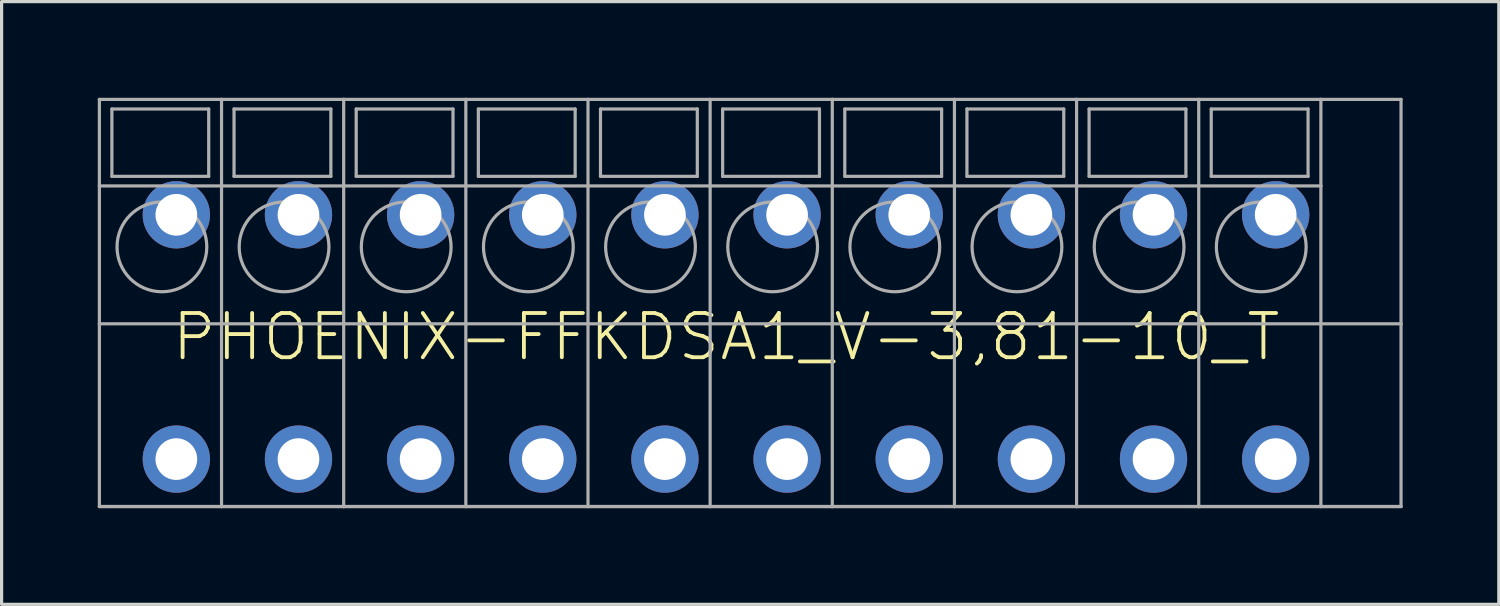
<source format=kicad_pcb>
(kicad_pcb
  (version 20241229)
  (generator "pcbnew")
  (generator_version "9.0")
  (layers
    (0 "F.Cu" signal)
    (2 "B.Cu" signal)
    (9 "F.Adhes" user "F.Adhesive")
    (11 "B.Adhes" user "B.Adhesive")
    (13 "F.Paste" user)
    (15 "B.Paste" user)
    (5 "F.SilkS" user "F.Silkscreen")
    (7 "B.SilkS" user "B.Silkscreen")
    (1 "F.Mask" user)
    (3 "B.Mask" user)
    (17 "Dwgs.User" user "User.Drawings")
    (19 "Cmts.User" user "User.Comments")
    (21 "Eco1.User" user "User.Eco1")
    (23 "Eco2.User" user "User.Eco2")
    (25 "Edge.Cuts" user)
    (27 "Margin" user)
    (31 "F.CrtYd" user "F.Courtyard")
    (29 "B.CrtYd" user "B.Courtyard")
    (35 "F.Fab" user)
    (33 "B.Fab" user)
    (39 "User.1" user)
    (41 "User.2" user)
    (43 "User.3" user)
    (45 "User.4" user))
  (footprint "PHOENIX-FFKDSA1_V-3,81-10_T"
    (layer "F.Cu")
    (at 19.6 7.46)
    (property "Reference" "PHOENIX-FFKDSA1_V-3,81-10_T" (at 0 0 0) (unlocked yes) (layer "F.SilkS") (effects (font (size 1.38 1.38) (thickness 0.12))))
    (fp_line (start -19.55 -7.41) (end -19.55 -4.71) (stroke (width 0.1) (type solid)) (layer "F.Fab"))
    (fp_line (start -19.55 -7.41) (end -15.74 -7.41) (stroke (width 0.1) (type solid)) (layer "F.Fab"))
    (fp_line (start -19.55 -4.71) (end -19.55 -0.41) (stroke (width 0.1) (type solid)) (layer "F.Fab"))
    (fp_line (start -19.55 -0.41) (end -19.55 5.29) (stroke (width 0.1) (type solid)) (layer "F.Fab"))
    (fp_line (start -19.55 5.29) (end -15.74 5.29) (stroke (width 0.1) (type solid)) (layer "F.Fab"))
    (fp_line (start -19.55 5.29) (end -15.74 5.29) (stroke (width 0.1) (type solid)) (layer "F.Fab"))
    (fp_line (start -19.16 -7.11) (end -16.14 -7.11) (stroke (width 0.1) (type solid)) (layer "F.Fab"))
    (fp_line (start -19.16 -5.01) (end -19.16 -7.11) (stroke (width 0.1) (type solid)) (layer "F.Fab"))
    (fp_line (start -16.14 -7.11) (end -16.14 -5.01) (stroke (width 0.1) (type solid)) (layer "F.Fab"))
    (fp_line (start -16.14 -5.01) (end -19.16 -5.01) (stroke (width 0.1) (type solid)) (layer "F.Fab"))
    (fp_line (start -15.74 -7.41) (end -15.74 -4.71) (stroke (width 0.1) (type solid)) (layer "F.Fab"))
    (fp_line (start -15.74 -7.41) (end -11.93 -7.41) (stroke (width 0.1) (type solid)) (layer "F.Fab"))
    (fp_line (start -15.74 -4.71) (end -19.55 -4.71) (stroke (width 0.1) (type solid)) (layer "F.Fab"))
    (fp_line (start -15.74 -4.71) (end -15.74 -0.41) (stroke (width 0.1) (type solid)) (layer "F.Fab"))
    (fp_line (start -15.74 -0.41) (end -19.55 -0.41) (stroke (width 0.1) (type solid)) (layer "F.Fab"))
    (fp_line (start -15.74 -0.41) (end -15.74 5.29) (stroke (width 0.1) (type solid)) (layer "F.Fab"))
    (fp_line (start -15.74 5.29) (end -11.93 5.29) (stroke (width 0.1) (type solid)) (layer "F.Fab"))
    (fp_line (start -15.74 5.29) (end -11.93 5.29) (stroke (width 0.1) (type solid)) (layer "F.Fab"))
    (fp_line (start -15.35 -7.11) (end -12.33 -7.11) (stroke (width 0.1) (type solid)) (layer "F.Fab"))
    (fp_line (start -15.35 -5.01) (end -15.35 -7.11) (stroke (width 0.1) (type solid)) (layer "F.Fab"))
    (fp_line (start -12.33 -7.11) (end -12.33 -5.01) (stroke (width 0.1) (type solid)) (layer "F.Fab"))
    (fp_line (start -12.33 -5.01) (end -15.35 -5.01) (stroke (width 0.1) (type solid)) (layer "F.Fab"))
    (fp_line (start -11.93 -7.41) (end -11.93 -4.71) (stroke (width 0.1) (type solid)) (layer "F.Fab"))
    (fp_line (start -11.93 -7.41) (end -8.12 -7.41) (stroke (width 0.1) (type solid)) (layer "F.Fab"))
    (fp_line (start -11.93 -4.71) (end -15.74 -4.71) (stroke (width 0.1) (type solid)) (layer "F.Fab"))
    (fp_line (start -11.93 -4.71) (end -11.93 -0.41) (stroke (width 0.1) (type solid)) (layer "F.Fab"))
    (fp_line (start -11.93 -0.41) (end -15.74 -0.41) (stroke (width 0.1) (type solid)) (layer "F.Fab"))
    (fp_line (start -11.93 -0.41) (end -11.93 5.29) (stroke (width 0.1) (type solid)) (layer "F.Fab"))
    (fp_line (start -11.93 5.29) (end -8.12 5.29) (stroke (width 0.1) (type solid)) (layer "F.Fab"))
    (fp_line (start -11.93 5.29) (end -8.12 5.29) (stroke (width 0.1) (type solid)) (layer "F.Fab"))
    (fp_line (start -11.54 -7.11) (end -8.52 -7.11) (stroke (width 0.1) (type solid)) (layer "F.Fab"))
    (fp_line (start -11.54 -5.01) (end -11.54 -7.11) (stroke (width 0.1) (type solid)) (layer "F.Fab"))
    (fp_line (start -8.52 -7.11) (end -8.52 -5.01) (stroke (width 0.1) (type solid)) (layer "F.Fab"))
    (fp_line (start -8.52 -5.01) (end -11.54 -5.01) (stroke (width 0.1) (type solid)) (layer "F.Fab"))
    (fp_line (start -8.12 -7.41) (end -8.12 -4.71) (stroke (width 0.1) (type solid)) (layer "F.Fab"))
    (fp_line (start -8.12 -7.41) (end -4.31 -7.41) (stroke (width 0.1) (type solid)) (layer "F.Fab"))
    (fp_line (start -8.12 -4.71) (end -11.93 -4.71) (stroke (width 0.1) (type solid)) (layer "F.Fab"))
    (fp_line (start -8.12 -4.71) (end -8.12 -0.41) (stroke (width 0.1) (type solid)) (layer "F.Fab"))
    (fp_line (start -8.12 -0.41) (end -11.93 -0.41) (stroke (width 0.1) (type solid)) (layer "F.Fab"))
    (fp_line (start -8.12 -0.41) (end -8.12 5.29) (stroke (width 0.1) (type solid)) (layer "F.Fab"))
    (fp_line (start -8.12 5.29) (end -4.31 5.29) (stroke (width 0.1) (type solid)) (layer "F.Fab"))
    (fp_line (start -8.12 5.29) (end -4.31 5.29) (stroke (width 0.1) (type solid)) (layer "F.Fab"))
    (fp_line (start -7.73 -7.11) (end -4.71 -7.11) (stroke (width 0.1) (type solid)) (layer "F.Fab"))
    (fp_line (start -7.73 -5.01) (end -7.73 -7.11) (stroke (width 0.1) (type solid)) (layer "F.Fab"))
    (fp_line (start -4.71 -7.11) (end -4.71 -5.01) (stroke (width 0.1) (type solid)) (layer "F.Fab"))
    (fp_line (start -4.71 -5.01) (end -7.73 -5.01) (stroke (width 0.1) (type solid)) (layer "F.Fab"))
    (fp_line (start -4.31 -7.41) (end -4.31 -4.71) (stroke (width 0.1) (type solid)) (layer "F.Fab"))
    (fp_line (start -4.31 -7.41) (end -0.5 -7.41) (stroke (width 0.1) (type solid)) (layer "F.Fab"))
    (fp_line (start -4.31 -4.71) (end -8.12 -4.71) (stroke (width 0.1) (type solid)) (layer "F.Fab"))
    (fp_line (start -4.31 -4.71) (end -4.31 -0.41) (stroke (width 0.1) (type solid)) (layer "F.Fab"))
    (fp_line (start -4.31 -0.41) (end -8.12 -0.41) (stroke (width 0.1) (type solid)) (layer "F.Fab"))
    (fp_line (start -4.31 -0.41) (end -4.31 5.29) (stroke (width 0.1) (type solid)) (layer "F.Fab"))
    (fp_line (start -4.31 5.29) (end -0.5 5.29) (stroke (width 0.1) (type solid)) (layer "F.Fab"))
    (fp_line (start -4.31 5.29) (end -0.5 5.29) (stroke (width 0.1) (type solid)) (layer "F.Fab"))
    (fp_line (start -3.92 -7.11) (end -0.9 -7.11) (stroke (width 0.1) (type solid)) (layer "F.Fab"))
    (fp_line (start -3.92 -5.01) (end -3.92 -7.11) (stroke (width 0.1) (type solid)) (layer "F.Fab"))
    (fp_line (start -0.9 -7.11) (end -0.9 -5.01) (stroke (width 0.1) (type solid)) (layer "F.Fab"))
    (fp_line (start -0.9 -5.01) (end -3.92 -5.01) (stroke (width 0.1) (type solid)) (layer "F.Fab"))
    (fp_line (start -0.5 -7.41) (end -0.5 -4.71) (stroke (width 0.1) (type solid)) (layer "F.Fab"))
    (fp_line (start -0.5 -7.41) (end 3.31 -7.41) (stroke (width 0.1) (type solid)) (layer "F.Fab"))
    (fp_line (start -0.5 -4.71) (end -4.31 -4.71) (stroke (width 0.1) (type solid)) (layer "F.Fab"))
    (fp_line (start -0.5 -4.71) (end -0.5 -0.41) (stroke (width 0.1) (type solid)) (layer "F.Fab"))
    (fp_line (start -0.5 -0.41) (end -4.31 -0.41) (stroke (width 0.1) (type solid)) (layer "F.Fab"))
    (fp_line (start -0.5 -0.41) (end -0.5 5.29) (stroke (width 0.1) (type solid)) (layer "F.Fab"))
    (fp_line (start -0.5 5.29) (end 3.31 5.29) (stroke (width 0.1) (type solid)) (layer "F.Fab"))
    (fp_line (start -0.5 5.29) (end 3.31 5.29) (stroke (width 0.1) (type solid)) (layer "F.Fab"))
    (fp_line (start -0.11 -7.11) (end 2.91 -7.11) (stroke (width 0.1) (type solid)) (layer "F.Fab"))
    (fp_line (start -0.11 -5.01) (end -0.11 -7.11) (stroke (width 0.1) (type solid)) (layer "F.Fab"))
    (fp_line (start 2.91 -7.11) (end 2.91 -5.01) (stroke (width 0.1) (type solid)) (layer "F.Fab"))
    (fp_line (start 2.91 -5.01) (end -0.11 -5.01) (stroke (width 0.1) (type solid)) (layer "F.Fab"))
    (fp_line (start 3.31 -7.41) (end 3.31 -4.71) (stroke (width 0.1) (type solid)) (layer "F.Fab"))
    (fp_line (start 3.31 -7.41) (end 7.12 -7.41) (stroke (width 0.1) (type solid)) (layer "F.Fab"))
    (fp_line (start 3.31 -4.71) (end -0.5 -4.71) (stroke (width 0.1) (type solid)) (layer "F.Fab"))
    (fp_line (start 3.31 -4.71) (end 3.31 -0.41) (stroke (width 0.1) (type solid)) (layer "F.Fab"))
    (fp_line (start 3.31 -0.41) (end -0.5 -0.41) (stroke (width 0.1) (type solid)) (layer "F.Fab"))
    (fp_line (start 3.31 -0.41) (end 3.31 5.29) (stroke (width 0.1) (type solid)) (layer "F.Fab"))
    (fp_line (start 3.31 5.29) (end 7.12 5.29) (stroke (width 0.1) (type solid)) (layer "F.Fab"))
    (fp_line (start 3.31 5.29) (end 7.12 5.29) (stroke (width 0.1) (type solid)) (layer "F.Fab"))
    (fp_line (start 3.7 -7.11) (end 6.72 -7.11) (stroke (width 0.1) (type solid)) (layer "F.Fab"))
    (fp_line (start 3.7 -5.01) (end 3.7 -7.11) (stroke (width 0.1) (type solid)) (layer "F.Fab"))
    (fp_line (start 6.72 -7.11) (end 6.72 -5.01) (stroke (width 0.1) (type solid)) (layer "F.Fab"))
    (fp_line (start 6.72 -5.01) (end 3.7 -5.01) (stroke (width 0.1) (type solid)) (layer "F.Fab"))
    (fp_line (start 7.12 -7.41) (end 7.12 -4.71) (stroke (width 0.1) (type solid)) (layer "F.Fab"))
    (fp_line (start 7.12 -7.41) (end 10.93 -7.41) (stroke (width 0.1) (type solid)) (layer "F.Fab"))
    (fp_line (start 7.12 -4.71) (end 3.31 -4.71) (stroke (width 0.1) (type solid)) (layer "F.Fab"))
    (fp_line (start 7.12 -4.71) (end 7.12 -0.41) (stroke (width 0.1) (type solid)) (layer "F.Fab"))
    (fp_line (start 7.12 -0.41) (end 3.31 -0.41) (stroke (width 0.1) (type solid)) (layer "F.Fab"))
    (fp_line (start 7.12 -0.41) (end 7.12 5.29) (stroke (width 0.1) (type solid)) (layer "F.Fab"))
    (fp_line (start 7.12 5.29) (end 10.93 5.29) (stroke (width 0.1) (type solid)) (layer "F.Fab"))
    (fp_line (start 7.12 5.29) (end 10.93 5.29) (stroke (width 0.1) (type solid)) (layer "F.Fab"))
    (fp_line (start 7.51 -7.11) (end 10.53 -7.11) (stroke (width 0.1) (type solid)) (layer "F.Fab"))
    (fp_line (start 7.51 -5.01) (end 7.51 -7.11) (stroke (width 0.1) (type solid)) (layer "F.Fab"))
    (fp_line (start 10.53 -7.11) (end 10.53 -5.01) (stroke (width 0.1) (type solid)) (layer "F.Fab"))
    (fp_line (start 10.53 -5.01) (end 7.51 -5.01) (stroke (width 0.1) (type solid)) (layer "F.Fab"))
    (fp_line (start 10.93 -7.41) (end 10.93 -4.71) (stroke (width 0.1) (type solid)) (layer "F.Fab"))
    (fp_line (start 10.93 -7.41) (end 14.74 -7.41) (stroke (width 0.1) (type solid)) (layer "F.Fab"))
    (fp_line (start 10.93 -4.71) (end 7.12 -4.71) (stroke (width 0.1) (type solid)) (layer "F.Fab"))
    (fp_line (start 10.93 -4.71) (end 10.93 -0.41) (stroke (width 0.1) (type solid)) (layer "F.Fab"))
    (fp_line (start 10.93 -0.41) (end 7.12 -0.41) (stroke (width 0.1) (type solid)) (layer "F.Fab"))
    (fp_line (start 10.93 -0.41) (end 10.93 5.29) (stroke (width 0.1) (type solid)) (layer "F.Fab"))
    (fp_line (start 10.93 5.29) (end 14.74 5.29) (stroke (width 0.1) (type solid)) (layer "F.Fab"))
    (fp_line (start 10.93 5.29) (end 14.74 5.29) (stroke (width 0.1) (type solid)) (layer "F.Fab"))
    (fp_line (start 11.32 -7.11) (end 14.34 -7.11) (stroke (width 0.1) (type solid)) (layer "F.Fab"))
    (fp_line (start 11.32 -5.01) (end 11.32 -7.11) (stroke (width 0.1) (type solid)) (layer "F.Fab"))
    (fp_line (start 14.34 -7.11) (end 14.34 -5.01) (stroke (width 0.1) (type solid)) (layer "F.Fab"))
    (fp_line (start 14.34 -5.01) (end 11.32 -5.01) (stroke (width 0.1) (type solid)) (layer "F.Fab"))
    (fp_line (start 14.74 -7.41) (end 14.74 -4.71) (stroke (width 0.1) (type solid)) (layer "F.Fab"))
    (fp_line (start 14.74 -7.41) (end 18.55 -7.41) (stroke (width 0.1) (type solid)) (layer "F.Fab"))
    (fp_line (start 14.74 -4.71) (end 10.93 -4.71) (stroke (width 0.1) (type solid)) (layer "F.Fab"))
    (fp_line (start 14.74 -4.71) (end 14.74 -0.41) (stroke (width 0.1) (type solid)) (layer "F.Fab"))
    (fp_line (start 14.74 -0.41) (end 10.93 -0.41) (stroke (width 0.1) (type solid)) (layer "F.Fab"))
    (fp_line (start 14.74 -0.41) (end 14.74 5.29) (stroke (width 0.1) (type solid)) (layer "F.Fab"))
    (fp_line (start 14.74 5.29) (end 18.55 5.29) (stroke (width 0.1) (type solid)) (layer "F.Fab"))
    (fp_line (start 14.74 5.29) (end 18.55 5.29) (stroke (width 0.1) (type solid)) (layer "F.Fab"))
    (fp_line (start 15.13 -7.11) (end 18.15 -7.11) (stroke (width 0.1) (type solid)) (layer "F.Fab"))
    (fp_line (start 15.13 -5.01) (end 15.13 -7.11) (stroke (width 0.1) (type solid)) (layer "F.Fab"))
    (fp_line (start 18.15 -7.11) (end 18.15 -5.01) (stroke (width 0.1) (type solid)) (layer "F.Fab"))
    (fp_line (start 18.15 -5.01) (end 15.13 -5.01) (stroke (width 0.1) (type solid)) (layer "F.Fab"))
    (fp_line (start 18.55 -7.41) (end 18.55 -4.71) (stroke (width 0.1) (type solid)) (layer "F.Fab"))
    (fp_line (start 18.55 -7.41) (end 21.05 -7.41) (stroke (width 0.1) (type solid)) (layer "F.Fab"))
    (fp_line (start 18.55 -4.71) (end 14.74 -4.71) (stroke (width 0.1) (type solid)) (layer "F.Fab"))
    (fp_line (start 18.55 -4.71) (end 18.55 -0.41) (stroke (width 0.1) (type solid)) (layer "F.Fab"))
    (fp_line (start 18.55 -0.41) (end 14.74 -0.41) (stroke (width 0.1) (type solid)) (layer "F.Fab"))
    (fp_line (start 18.55 -0.41) (end 18.55 5.29) (stroke (width 0.1) (type solid)) (layer "F.Fab"))
    (fp_line (start 18.55 -0.41) (end 21.05 -0.41) (stroke (width 0.1) (type solid)) (layer "F.Fab"))
    (fp_line (start 18.55 5.29) (end 21.05 5.29) (stroke (width 0.1) (type solid)) (layer "F.Fab"))
    (fp_line (start 18.55 5.29) (end 21.05 5.29) (stroke (width 0.1) (type solid)) (layer "F.Fab"))
    (fp_line (start 21.05 -7.41) (end 21.05 -0.41) (stroke (width 0.1) (type solid)) (layer "F.Fab"))
    (fp_line (start 21.05 -0.41) (end 21.05 5.29) (stroke (width 0.1) (type solid)) (layer "F.Fab"))
    (fp_circle (center -17.6 -2.81) (end -16.2 -2.81) (stroke (width 0.1) (type solid)) (fill no) (layer "F.Fab"))
    (fp_circle (center -13.79 -2.81) (end -12.39 -2.81) (stroke (width 0.1) (type solid)) (fill no) (layer "F.Fab"))
    (fp_circle (center -9.98 -2.81) (end -8.58 -2.81) (stroke (width 0.1) (type solid)) (fill no) (layer "F.Fab"))
    (fp_circle (center -6.17 -2.81) (end -4.77 -2.81) (stroke (width 0.1) (type solid)) (fill no) (layer "F.Fab"))
    (fp_circle (center -2.36 -2.81) (end -0.96 -2.81) (stroke (width 0.1) (type solid)) (fill no) (layer "F.Fab"))
    (fp_circle (center 1.45 -2.81) (end 2.85 -2.81) (stroke (width 0.1) (type solid)) (fill no) (layer "F.Fab"))
    (fp_circle (center 5.26 -2.81) (end 6.66 -2.81) (stroke (width 0.1) (type solid)) (fill no) (layer "F.Fab"))
    (fp_circle (center 9.07 -2.81) (end 10.47 -2.81) (stroke (width 0.1) (type solid)) (fill no) (layer "F.Fab"))
    (fp_circle (center 12.88 -2.81) (end 14.28 -2.81) (stroke (width 0.1) (type solid)) (fill no) (layer "F.Fab"))
    (fp_circle (center 16.69 -2.81) (end 18.09 -2.81) (stroke (width 0.1) (type solid)) (fill no) (layer "F.Fab"))
    (pad "1" thru_hole circle (at 17.14 -3.81 90) (size 2.1 2.1) (drill 1.3) (layers "*.Cu" "*.Mask"))
    (pad "1A" thru_hole circle (at 17.14 3.81 90) (size 2.1 2.1) (drill 1.3) (layers "*.Cu" "*.Mask"))
    (pad "2" thru_hole circle (at 13.33 -3.81 90) (size 2.1 2.1) (drill 1.3) (layers "*.Cu" "*.Mask"))
    (pad "2A" thru_hole circle (at 13.33 3.81 90) (size 2.1 2.1) (drill 1.3) (layers "*.Cu" "*.Mask"))
    (pad "3" thru_hole circle (at 9.52 -3.81 90) (size 2.1 2.1) (drill 1.3) (layers "*.Cu" "*.Mask"))
    (pad "3A" thru_hole circle (at 9.52 3.81 90) (size 2.1 2.1) (drill 1.3) (layers "*.Cu" "*.Mask"))
    (pad "4" thru_hole circle (at 5.71 -3.81 90) (size 2.1 2.1) (drill 1.3) (layers "*.Cu" "*.Mask"))
    (pad "4A" thru_hole circle (at 5.71 3.81 90) (size 2.1 2.1) (drill 1.3) (layers "*.Cu" "*.Mask"))
    (pad "5" thru_hole circle (at 1.9 -3.81 90) (size 2.1 2.1) (drill 1.3) (layers "*.Cu" "*.Mask"))
    (pad "5A" thru_hole circle (at 1.9 3.81 90) (size 2.1 2.1) (drill 1.3) (layers "*.Cu" "*.Mask"))
    (pad "6" thru_hole circle (at -1.91 -3.81 90) (size 2.1 2.1) (drill 1.3) (layers "*.Cu" "*.Mask"))
    (pad "6A" thru_hole circle (at -1.91 3.81 90) (size 2.1 2.1) (drill 1.3) (layers "*.Cu" "*.Mask"))
    (pad "7" thru_hole circle (at -5.72 -3.81 90) (size 2.1 2.1) (drill 1.3) (layers "*.Cu" "*.Mask"))
    (pad "7A" thru_hole circle (at -5.72 3.81 90) (size 2.1 2.1) (drill 1.3) (layers "*.Cu" "*.Mask"))
    (pad "8" thru_hole circle (at -9.53 -3.81 90) (size 2.1 2.1) (drill 1.3) (layers "*.Cu" "*.Mask"))
    (pad "8A" thru_hole circle (at -9.53 3.81 90) (size 2.1 2.1) (drill 1.3) (layers "*.Cu" "*.Mask"))
    (pad "9" thru_hole circle (at -13.34 -3.81 90) (size 2.1 2.1) (drill 1.3) (layers "*.Cu" "*.Mask"))
    (pad "9A" thru_hole circle (at -13.34 3.81 90) (size 2.1 2.1) (drill 1.3) (layers "*.Cu" "*.Mask"))
    (pad "10" thru_hole circle (at -17.15 -3.81 90) (size 2.1 2.1) (drill 1.3) (layers "*.Cu" "*.Mask"))
    (pad "10A" thru_hole circle (at -17.15 3.81 90) (size 2.1 2.1) (drill 1.3) (layers "*.Cu" "*.Mask")))
  (gr_rect
    (start -3 -3)
    (end 43.7 15.8)
    (stroke (width 0.1) (type default))
    (fill no)
    (layer "Edge.Cuts")))
</source>
